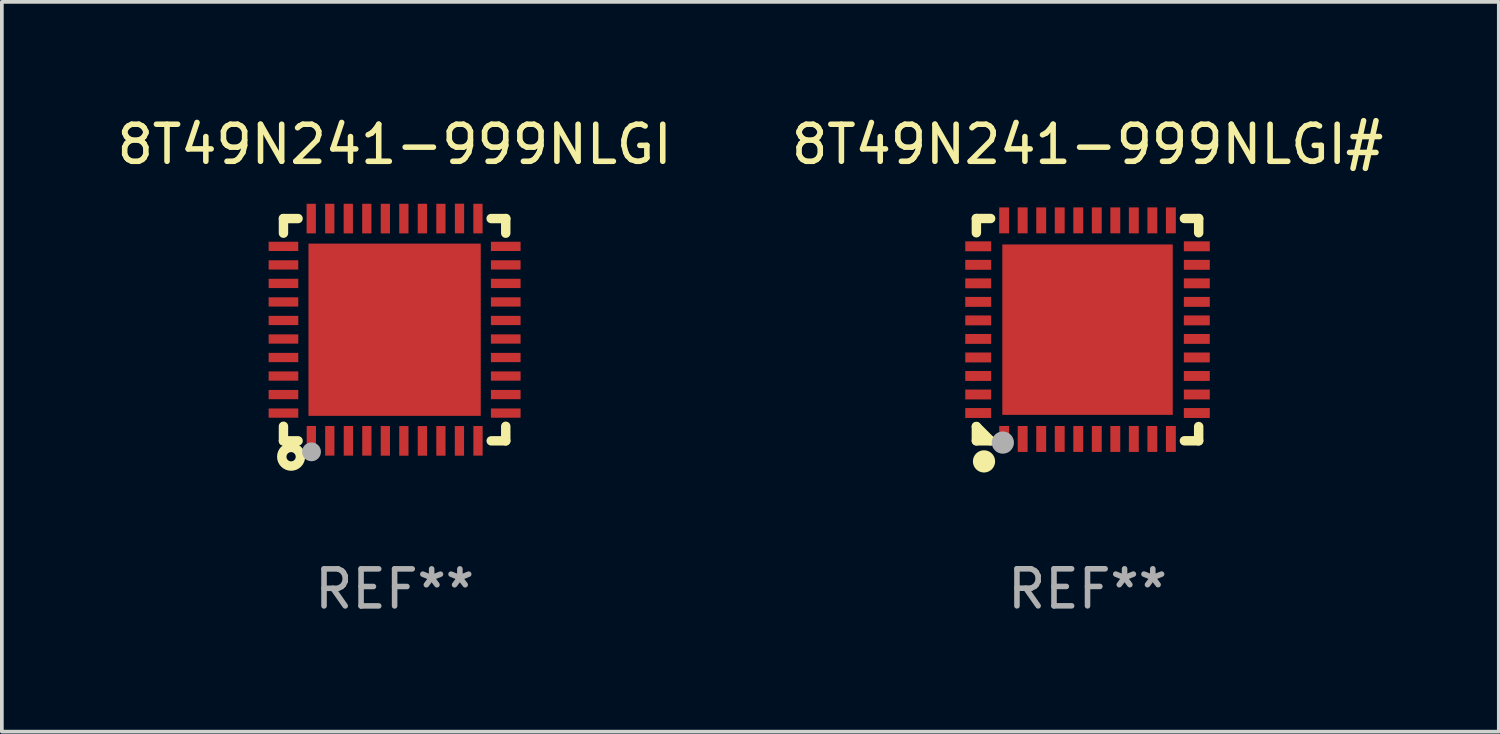
<source format=kicad_pcb>
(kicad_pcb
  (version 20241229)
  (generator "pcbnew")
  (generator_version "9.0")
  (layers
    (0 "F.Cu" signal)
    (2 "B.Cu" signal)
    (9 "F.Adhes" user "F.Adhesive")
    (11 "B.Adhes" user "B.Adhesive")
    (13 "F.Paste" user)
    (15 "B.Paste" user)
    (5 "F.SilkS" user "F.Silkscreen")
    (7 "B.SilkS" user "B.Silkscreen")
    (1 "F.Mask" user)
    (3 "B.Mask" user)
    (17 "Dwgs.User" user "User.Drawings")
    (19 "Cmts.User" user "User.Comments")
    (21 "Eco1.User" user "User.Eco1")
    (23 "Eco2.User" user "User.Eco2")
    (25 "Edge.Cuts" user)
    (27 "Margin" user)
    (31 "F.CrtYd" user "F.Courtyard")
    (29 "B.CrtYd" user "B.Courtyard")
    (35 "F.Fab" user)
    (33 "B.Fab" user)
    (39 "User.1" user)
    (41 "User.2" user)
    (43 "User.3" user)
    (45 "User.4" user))
  (footprint "8T49N241-999NLGI#"
    (layer "F.Cu")
    (at 26.304 5.848)
    (property "Reference" "8T49N241-999NLGI#" (at 0 -5 0) (layer "F.SilkS") (effects (font (size 1 1) (thickness 0.15))))
    (attr through_hole)
    (fp_line (start -3 -3) (end -2.615 -3) (stroke (width 0.254) (type solid)) (layer "F.SilkS"))
    (fp_line (start -3 -2.615) (end -3 -3) (stroke (width 0.254) (type solid)) (layer "F.SilkS"))
    (fp_line (start -3 2.615) (end -2.615 3) (stroke (width 0.254) (type solid)) (layer "F.SilkS"))
    (fp_line (start -3 3) (end -3 2.615) (stroke (width 0.254) (type solid)) (layer "F.SilkS"))
    (fp_line (start -2.615 3) (end -3 3) (stroke (width 0.254) (type solid)) (layer "F.SilkS"))
    (fp_line (start 2.615 -3) (end 3 -3) (stroke (width 0.254) (type solid)) (layer "F.SilkS"))
    (fp_line (start 3 -3) (end 3 -2.615) (stroke (width 0.254) (type solid)) (layer "F.SilkS"))
    (fp_line (start 3 2.615) (end 3 3) (stroke (width 0.254) (type solid)) (layer "F.SilkS"))
    (fp_line (start 3 3) (end 2.615 3) (stroke (width 0.254) (type solid)) (layer "F.SilkS"))
    (fp_circle (center -3 3) (end -2.97 3) (stroke (width 0.06) (type solid)) (fill no) (layer "F.SilkS"))
    (fp_circle (center -2.794 3.556) (end -2.644 3.556) (stroke (width 0.3) (type solid)) (fill no) (layer "F.SilkS"))
    (fp_circle (center -2.286 3.048) (end -2.136 3.048) (stroke (width 0.3) (type solid)) (fill no) (layer "F.Fab"))
    (fp_text user "REF**" (at 0 7 0) (layer "F.Fab") (effects (font (size 1 1) (thickness 0.15))))
    (pad "1" smd rect (at -2.25 2.95) (size 0.267 0.7) (layers "F.Cu" "F.Mask" "F.Paste"))
    (pad "2" smd rect (at -1.75 2.95) (size 0.267 0.7) (layers "F.Cu" "F.Mask" "F.Paste"))
    (pad "3" smd rect (at -1.25 2.95) (size 0.267 0.7) (layers "F.Cu" "F.Mask" "F.Paste"))
    (pad "4" smd rect (at -0.75 2.95) (size 0.267 0.7) (layers "F.Cu" "F.Mask" "F.Paste"))
    (pad "5" smd rect (at -0.25 2.95) (size 0.267 0.7) (layers "F.Cu" "F.Mask" "F.Paste"))
    (pad "6" smd rect (at 0.25 2.95) (size 0.267 0.7) (layers "F.Cu" "F.Mask" "F.Paste"))
    (pad "7" smd rect (at 0.75 2.95) (size 0.267 0.7) (layers "F.Cu" "F.Mask" "F.Paste"))
    (pad "8" smd rect (at 1.25 2.95) (size 0.267 0.7) (layers "F.Cu" "F.Mask" "F.Paste"))
    (pad "9" smd rect (at 1.75 2.95) (size 0.267 0.7) (layers "F.Cu" "F.Mask" "F.Paste"))
    (pad "10" smd rect (at 2.25 2.95) (size 0.267 0.7) (layers "F.Cu" "F.Mask" "F.Paste"))
    (pad "11" smd rect (at 2.95 2.25) (size 0.7 0.267) (layers "F.Cu" "F.Mask" "F.Paste"))
    (pad "12" smd rect (at 2.95 1.75) (size 0.7 0.267) (layers "F.Cu" "F.Mask" "F.Paste"))
    (pad "13" smd rect (at 2.95 1.25) (size 0.7 0.267) (layers "F.Cu" "F.Mask" "F.Paste"))
    (pad "14" smd rect (at 2.95 0.75) (size 0.7 0.267) (layers "F.Cu" "F.Mask" "F.Paste"))
    (pad "15" smd rect (at 2.95 0.25) (size 0.7 0.267) (layers "F.Cu" "F.Mask" "F.Paste"))
    (pad "16" smd rect (at 2.95 -0.25) (size 0.7 0.267) (layers "F.Cu" "F.Mask" "F.Paste"))
    (pad "17" smd rect (at 2.95 -0.75) (size 0.7 0.267) (layers "F.Cu" "F.Mask" "F.Paste"))
    (pad "18" smd rect (at 2.95 -1.25) (size 0.7 0.267) (layers "F.Cu" "F.Mask" "F.Paste"))
    (pad "19" smd rect (at 2.95 -1.75) (size 0.7 0.267) (layers "F.Cu" "F.Mask" "F.Paste"))
    (pad "20" smd rect (at 2.95 -2.25) (size 0.7 0.267) (layers "F.Cu" "F.Mask" "F.Paste"))
    (pad "21" smd rect (at 2.25 -2.95) (size 0.267 0.7) (layers "F.Cu" "F.Mask" "F.Paste"))
    (pad "22" smd rect (at 1.75 -2.95) (size 0.267 0.7) (layers "F.Cu" "F.Mask" "F.Paste"))
    (pad "23" smd rect (at 1.25 -2.95) (size 0.267 0.7) (layers "F.Cu" "F.Mask" "F.Paste"))
    (pad "24" smd rect (at 0.75 -2.95) (size 0.267 0.7) (layers "F.Cu" "F.Mask" "F.Paste"))
    (pad "25" smd rect (at 0.25 -2.95) (size 0.267 0.7) (layers "F.Cu" "F.Mask" "F.Paste"))
    (pad "26" smd rect (at -0.25 -2.95) (size 0.267 0.7) (layers "F.Cu" "F.Mask" "F.Paste"))
    (pad "27" smd rect (at -0.75 -2.95) (size 0.267 0.7) (layers "F.Cu" "F.Mask" "F.Paste"))
    (pad "28" smd rect (at -1.25 -2.95) (size 0.267 0.7) (layers "F.Cu" "F.Mask" "F.Paste"))
    (pad "29" smd rect (at -1.75 -2.95) (size 0.267 0.7) (layers "F.Cu" "F.Mask" "F.Paste"))
    (pad "30" smd rect (at -2.25 -2.95) (size 0.267 0.7) (layers "F.Cu" "F.Mask" "F.Paste"))
    (pad "31" smd rect (at -2.95 -2.25) (size 0.7 0.267) (layers "F.Cu" "F.Mask" "F.Paste"))
    (pad "32" smd rect (at -2.95 -1.75) (size 0.7 0.267) (layers "F.Cu" "F.Mask" "F.Paste"))
    (pad "33" smd rect (at -2.95 -1.25) (size 0.7 0.267) (layers "F.Cu" "F.Mask" "F.Paste"))
    (pad "34" smd rect (at -2.95 -0.75) (size 0.7 0.267) (layers "F.Cu" "F.Mask" "F.Paste"))
    (pad "35" smd rect (at -2.95 -0.25) (size 0.7 0.267) (layers "F.Cu" "F.Mask" "F.Paste"))
    (pad "36" smd rect (at -2.95 0.25) (size 0.7 0.267) (layers "F.Cu" "F.Mask" "F.Paste"))
    (pad "37" smd rect (at -2.95 0.75) (size 0.7 0.267) (layers "F.Cu" "F.Mask" "F.Paste"))
    (pad "38" smd rect (at -2.95 1.25) (size 0.7 0.267) (layers "F.Cu" "F.Mask" "F.Paste"))
    (pad "39" smd rect (at -2.95 1.75) (size 0.7 0.267) (layers "F.Cu" "F.Mask" "F.Paste"))
    (pad "40" smd rect (at -2.95 2.25) (size 0.7 0.267) (layers "F.Cu" "F.Mask" "F.Paste"))
    (pad "41" smd rect (at 0.000279 0.000025) (size 4.6 4.6) (layers "F.Cu" "F.Mask" "F.Paste")))
  (footprint "8T49N241-999NLGI"
    (layer "F.Cu")
    (at 7.601 5.849)
    (property "Reference" "8T49N241-999NLGI" (at 0 -5.001 0) (layer "F.SilkS") (effects (font (size 1 1) (thickness 0.15))))
    (attr through_hole)
    (fp_line (start -3 -3) (end -3 -2.605) (stroke (width 0.254) (type solid)) (layer "F.SilkS"))
    (fp_line (start -3 -3) (end -2.606 -3) (stroke (width 0.254) (type solid)) (layer "F.SilkS"))
    (fp_line (start -3 2.607) (end -3 3) (stroke (width 0.254) (type solid)) (layer "F.SilkS"))
    (fp_line (start -3 3) (end -2.605 3) (stroke (width 0.254) (type solid)) (layer "F.SilkS"))
    (fp_line (start 2.606 -3) (end 3 -3) (stroke (width 0.254) (type solid)) (layer "F.SilkS"))
    (fp_line (start 2.608 3) (end 3 3) (stroke (width 0.254) (type solid)) (layer "F.SilkS"))
    (fp_line (start 3 -2.605) (end 3 -3) (stroke (width 0.254) (type solid)) (layer "F.SilkS"))
    (fp_line (start 3 3) (end 3 2.607) (stroke (width 0.254) (type solid)) (layer "F.SilkS"))
    (fp_circle (center -3 3) (end -2.97 3) (stroke (width 0.06) (type solid)) (fill no) (layer "F.SilkS"))
    (fp_circle (center -2.794 3.429) (end -2.669 3.429) (stroke (width 0.254) (type solid)) (fill no) (layer "F.SilkS"))
    (fp_circle (center -2.243 3.297) (end -2.116 3.297) (stroke (width 0.254) (type solid)) (fill no) (layer "F.Fab"))
    (fp_text user "REF**" (at 0 7.001 0) (layer "F.Fab") (effects (font (size 1 1) (thickness 0.15))))
    (pad "1" smd rect (at -2.248 2.999 180) (size 0.25 0.8) (layers "F.Cu" "F.Mask" "F.Paste"))
    (pad "2" smd rect (at -1.749 2.999 180) (size 0.25 0.8) (layers "F.Cu" "F.Mask" "F.Paste"))
    (pad "3" smd rect (at -1.248 2.999 180) (size 0.25 0.8) (layers "F.Cu" "F.Mask" "F.Paste"))
    (pad "4" smd rect (at -0.749 2.999 180) (size 0.25 0.8) (layers "F.Cu" "F.Mask" "F.Paste"))
    (pad "5" smd rect (at -0.25 3.001 180) (size 0.25 0.8) (layers "F.Cu" "F.Mask" "F.Paste"))
    (pad "6" smd rect (at 0.25 3.001 180) (size 0.25 0.8) (layers "F.Cu" "F.Mask" "F.Paste"))
    (pad "7" smd rect (at 0.75 3.001 180) (size 0.25 0.8) (layers "F.Cu" "F.Mask" "F.Paste"))
    (pad "8" smd rect (at 1.25 3.001 180) (size 0.25 0.8) (layers "F.Cu" "F.Mask" "F.Paste"))
    (pad "9" smd rect (at 1.75 3.001 180) (size 0.25 0.8) (layers "F.Cu" "F.Mask" "F.Paste"))
    (pad "10" smd rect (at 2.251 2.999 180) (size 0.25 0.8) (layers "F.Cu" "F.Mask" "F.Paste"))
    (pad "11" smd rect (at 3 2.251 270) (size 0.25 0.8) (layers "F.Cu" "F.Mask" "F.Paste"))
    (pad "12" smd rect (at 3 1.751 270) (size 0.25 0.8) (layers "F.Cu" "F.Mask" "F.Paste"))
    (pad "13" smd rect (at 3 1.251 270) (size 0.25 0.8) (layers "F.Cu" "F.Mask" "F.Paste"))
    (pad "14" smd rect (at 3 0.751 270) (size 0.25 0.8) (layers "F.Cu" "F.Mask" "F.Paste"))
    (pad "15" smd rect (at 3 0.251 270) (size 0.25 0.8) (layers "F.Cu" "F.Mask" "F.Paste"))
    (pad "16" smd rect (at 3 -0.249 270) (size 0.25 0.8) (layers "F.Cu" "F.Mask" "F.Paste"))
    (pad "17" smd rect (at 3 -0.749 270) (size 0.25 0.8) (layers "F.Cu" "F.Mask" "F.Paste"))
    (pad "18" smd rect (at 3 -1.249 270) (size 0.25 0.8) (layers "F.Cu" "F.Mask" "F.Paste"))
    (pad "19" smd rect (at 3 -1.749 270) (size 0.25 0.8) (layers "F.Cu" "F.Mask" "F.Paste"))
    (pad "20" smd rect (at 3 -2.249 270) (size 0.25 0.8) (layers "F.Cu" "F.Mask" "F.Paste"))
    (pad "21" smd rect (at 2.25 -2.999) (size 0.25 0.8) (layers "F.Cu" "F.Mask" "F.Paste"))
    (pad "22" smd rect (at 1.752 -3.001) (size 0.25 0.8) (layers "F.Cu" "F.Mask" "F.Paste"))
    (pad "23" smd rect (at 1.25 -2.999) (size 0.25 0.8) (layers "F.Cu" "F.Mask" "F.Paste"))
    (pad "24" smd rect (at 0.75 -2.999) (size 0.25 0.8) (layers "F.Cu" "F.Mask" "F.Paste"))
    (pad "25" smd rect (at 0.25 -2.999) (size 0.25 0.8) (layers "F.Cu" "F.Mask" "F.Paste"))
    (pad "26" smd rect (at -0.25 -2.999) (size 0.25 0.8) (layers "F.Cu" "F.Mask" "F.Paste"))
    (pad "27" smd rect (at -0.75 -2.999) (size 0.25 0.8) (layers "F.Cu" "F.Mask" "F.Paste"))
    (pad "28" smd rect (at -1.25 -2.999) (size 0.25 0.8) (layers "F.Cu" "F.Mask" "F.Paste"))
    (pad "29" smd rect (at -1.75 -2.999) (size 0.25 0.8) (layers "F.Cu" "F.Mask" "F.Paste"))
    (pad "30" smd rect (at -2.25 -2.999) (size 0.25 0.8) (layers "F.Cu" "F.Mask" "F.Paste"))
    (pad "31" smd rect (at -3 -2.249 90) (size 0.25 0.8) (layers "F.Cu" "F.Mask" "F.Paste"))
    (pad "32" smd rect (at -3 -1.749 90) (size 0.25 0.8) (layers "F.Cu" "F.Mask" "F.Paste"))
    (pad "33" smd rect (at -3 -1.249 90) (size 0.25 0.8) (layers "F.Cu" "F.Mask" "F.Paste"))
    (pad "34" smd rect (at -3 -0.749 90) (size 0.25 0.8) (layers "F.Cu" "F.Mask" "F.Paste"))
    (pad "35" smd rect (at -3 -0.249 90) (size 0.25 0.8) (layers "F.Cu" "F.Mask" "F.Paste"))
    (pad "36" smd rect (at -3 0.251 90) (size 0.25 0.8) (layers "F.Cu" "F.Mask" "F.Paste"))
    (pad "37" smd rect (at -3 0.751 90) (size 0.25 0.8) (layers "F.Cu" "F.Mask" "F.Paste"))
    (pad "38" smd rect (at -3 1.251 90) (size 0.25 0.8) (layers "F.Cu" "F.Mask" "F.Paste"))
    (pad "39" smd rect (at -3 1.751 90) (size 0.25 0.8) (layers "F.Cu" "F.Mask" "F.Paste"))
    (pad "40" smd rect (at -3 2.251 90) (size 0.25 0.8) (layers "F.Cu" "F.Mask" "F.Paste"))
    (pad "41" smd rect (at -0.000025 0.001 90) (size 4.65 4.65) (layers "F.Cu" "F.Mask" "F.Paste")))
  (gr_rect
    (start -3 -3)
    (end 37.405 16.699)
    (stroke (width 0.1) (type default))
    (fill no)
    (layer "Edge.Cuts")))
</source>
